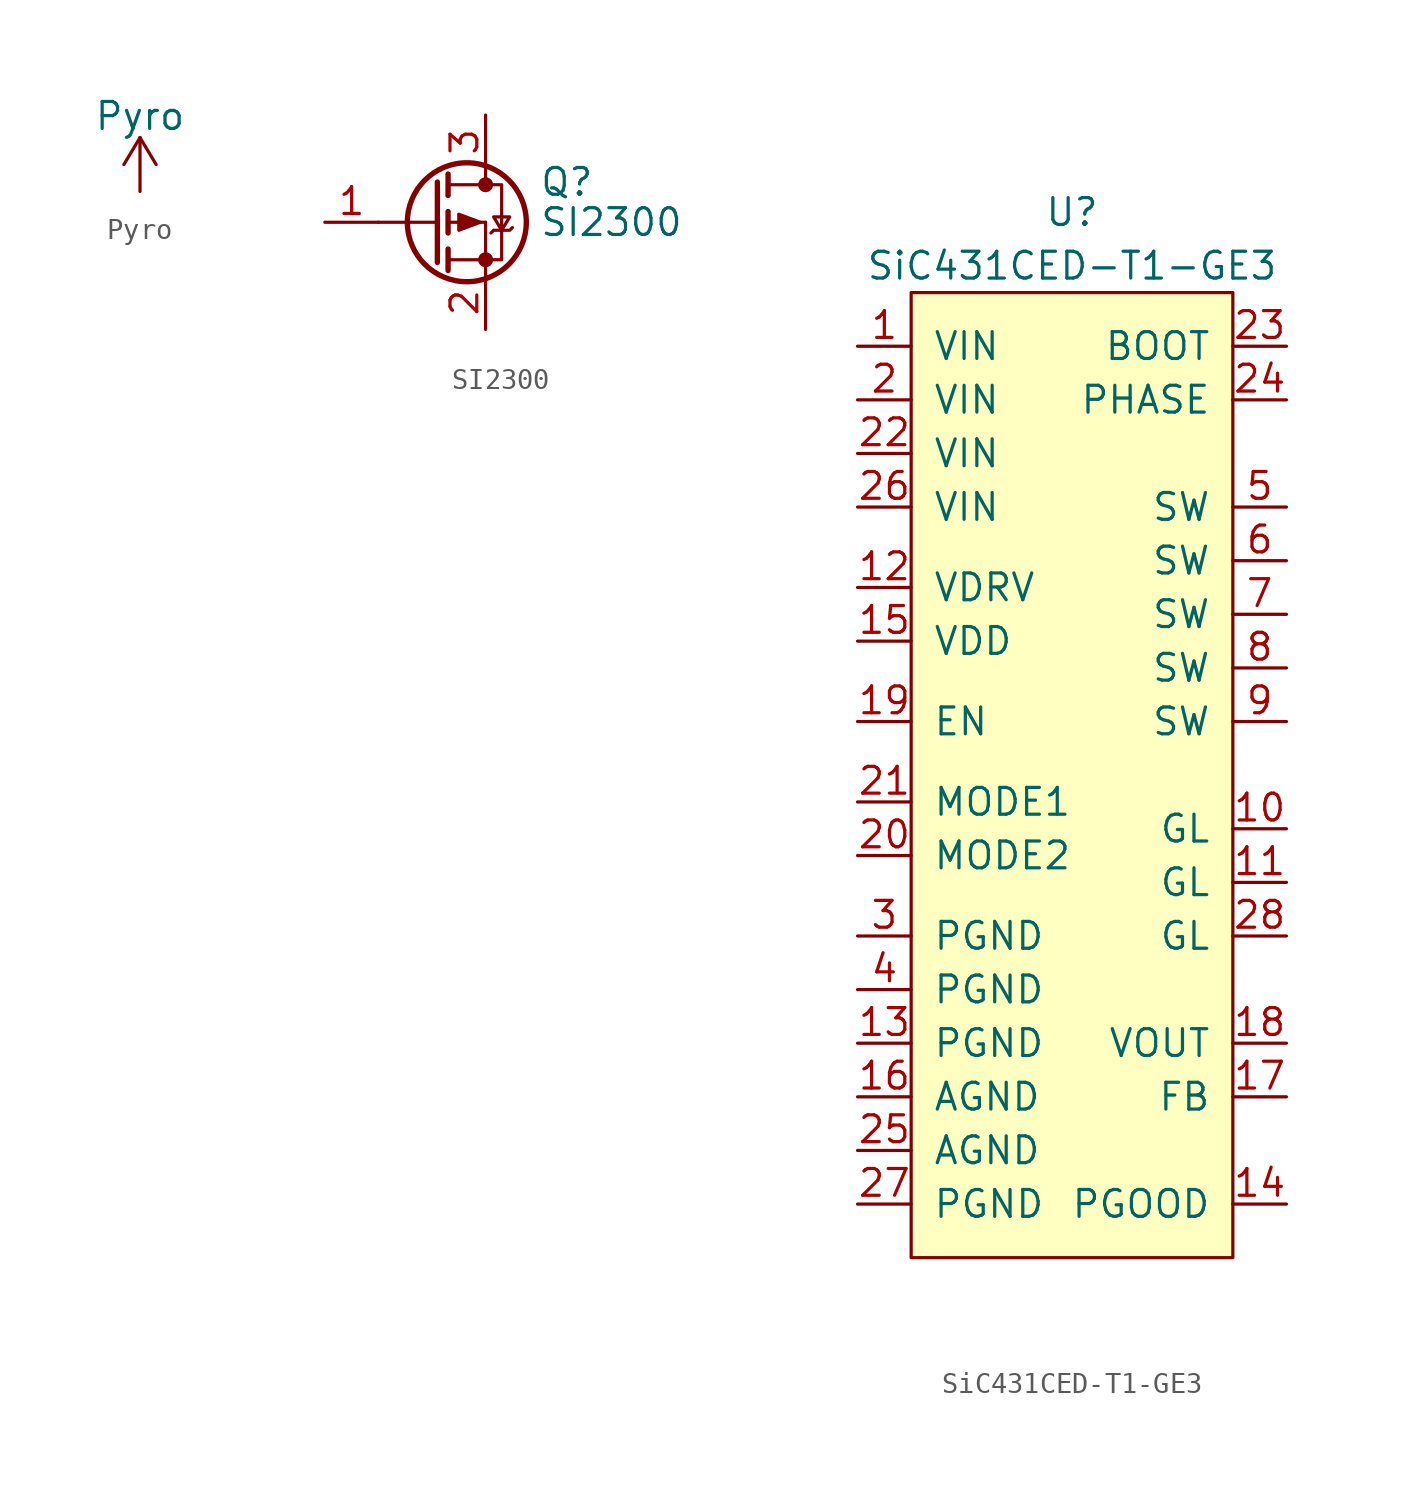
<source format=kicad_sym>
(kicad_symbol_lib
  (version 20220914)
  (generator kicad_symbol_editor)
  (symbol "Pyro"
    (power)
    (pin_names
      (offset 0))
    (property "Reference" "#PWR"
      (at 0 -3.81 0)
      (effects (font (size 1.27 1.27)) hide))
    (property "Value" "Pyro"
      (at 0 3.556 0)
      (effects (font (size 1.27 1.27))))
    (symbol "Pyro_0_1"
      (polyline (pts (xy -0.762 1.27) (xy 0 2.54)) (stroke (width 0) (type default)) (fill (type none)))
      (polyline (pts (xy 0 0) (xy 0 2.54)) (stroke (width 0) (type default)) (fill (type none)))
      (polyline (pts (xy 0 2.54) (xy 0.762 1.27)) (stroke (width 0) (type default)) (fill (type none))))
    (symbol "Pyro_1_1"
      (pin power_in line (at 0 0 90) (length 0) hide (name "PYRO" (effects (font (size 1.27 1.27)))) (number "1" (effects (font (size 1.27 1.27)))))))
  (symbol "SI2300"
    (pin_names
      (offset 0) hide)
    (property "Reference" "Q"
      (at 5.08 1.905 0)
      (effects (font (size 1.27 1.27)) (justify left)))
    (property "Value" "SI2300"
      (at 5.08 0 0)
      (effects (font (size 1.27 1.27)) (justify left)))
    (symbol "SI2300_0_1"
      (polyline (pts (xy -2.54 0) (xy 0.254 0)) (stroke (width 0) (type default)) (fill (type none)))
      (polyline (pts (xy 0.762 -1.778) (xy 2.54 -1.778)) (stroke (width 0) (type default)) (fill (type none)))
      (polyline (pts (xy 0.762 -1.27) (xy 0.762 -2.286)) (stroke (width 0.254) (type default)) (fill (type none)))
      (polyline (pts (xy 0.762 0) (xy 2.54 0)) (stroke (width 0) (type default)) (fill (type none)))
      (polyline (pts (xy 0.762 0.508) (xy 0.762 -0.508)) (stroke (width 0.254) (type default)) (fill (type none)))
      (polyline (pts (xy 0.762 1.778) (xy 2.54 1.778)) (stroke (width 0) (type default)) (fill (type none)))
      (polyline (pts (xy 0.762 2.286) (xy 0.762 1.27)) (stroke (width 0.254) (type default)) (fill (type none)))
      (polyline (pts (xy 2.54 -1.778) (xy 2.54 -2.54)) (stroke (width 0) (type default)) (fill (type none)))
      (polyline (pts (xy 2.54 -1.778) (xy 2.54 0)) (stroke (width 0) (type default)) (fill (type none)))
      (polyline (pts (xy 2.54 2.54) (xy 2.54 1.778)) (stroke (width 0) (type default)) (fill (type none)))
      (polyline (pts (xy 0.254 1.905) (xy 0.254 -1.905) (xy 0.254 -1.905)) (stroke (width 0.254) (type default)) (fill (type none)))
      (polyline (pts (xy 2.286 0) (xy 1.27 -0.381) (xy 1.27 0.381) (xy 2.286 0)) (stroke (width 0) (type default)) (fill (type outline)))
      (polyline (pts (xy 2.54 -1.778) (xy 3.302 -1.778) (xy 3.302 1.778) (xy 2.54 1.778)) (stroke (width 0) (type default)) (fill (type none)))
      (polyline (pts (xy 2.794 -0.508) (xy 2.921 -0.381) (xy 3.683 -0.381) (xy 3.81 -0.254)) (stroke (width 0) (type default)) (fill (type none)))
      (polyline (pts (xy 3.302 -0.381) (xy 2.921 0.254) (xy 3.683 0.254) (xy 3.302 -0.381)) (stroke (width 0) (type default)) (fill (type none)))
      (circle (center 1.651 0) (radius 2.819) (stroke (width 0.254) (type default)) (fill (type none)))
      (circle (center 2.54 -1.778) (radius 0.279) (stroke (width 0) (type default)) (fill (type outline)))
      (circle (center 2.54 1.778) (radius 0.279) (stroke (width 0) (type default)) (fill (type outline))))
    (symbol "SI2300_1_1"
      (pin input line (at -5.08 0 0) (length 2.54) (name "G" (effects (font (size 1.27 1.27)))) (number "1" (effects (font (size 1.27 1.27)))))
      (pin passive line (at 2.54 -5.08 90) (length 2.54) (name "S" (effects (font (size 1.27 1.27)))) (number "2" (effects (font (size 1.27 1.27)))))
      (pin passive line (at 2.54 5.08 270) (length 2.54) (name "D" (effects (font (size 1.27 1.27)))) (number "3" (effects (font (size 1.27 1.27)))))))
  (symbol "SiC431CED-T1-GE3"
    (pin_names
      (offset 1.016))
    (property "Reference" "U"
      (at 0 26.67 0)
      (effects (font (size 1.27 1.27))))
    (property "Value" "SiC431CED-T1-GE3"
      (at 0 24.13 0)
      (effects (font (size 1.27 1.27))))
    (symbol "SiC431CED-T1-GE3_0_1"
      (rectangle (start -7.62 22.86) (end 7.62 -22.86) (stroke (width 0) (type default)) (fill (type background))))
    (symbol "SiC431CED-T1-GE3_1_1"
      (pin power_in line (at -10.16 20.32 0) (length 2.54) (name "VIN" (effects (font (size 1.27 1.27)))) (number "1" (effects (font (size 1.27 1.27)))))
      (pin output line (at 10.16 -2.54 180) (length 2.54) (name "GL" (effects (font (size 1.27 1.27)))) (number "10" (effects (font (size 1.27 1.27)))))
      (pin output line (at 10.16 -5.08 180) (length 2.54) (name "GL" (effects (font (size 1.27 1.27)))) (number "11" (effects (font (size 1.27 1.27)))))
      (pin output line (at -10.16 8.89 0) (length 2.54) (name "VDRV" (effects (font (size 1.27 1.27)))) (number "12" (effects (font (size 1.27 1.27)))))
      (pin power_in line (at -10.16 -12.7 0) (length 2.54) (name "PGND" (effects (font (size 1.27 1.27)))) (number "13" (effects (font (size 1.27 1.27)))))
      (pin open_collector line (at 10.16 -20.32 180) (length 2.54) (name "PGOOD" (effects (font (size 1.27 1.27)))) (number "14" (effects (font (size 1.27 1.27)))))
      (pin output line (at -10.16 6.35 0) (length 2.54) (name "VDD" (effects (font (size 1.27 1.27)))) (number "15" (effects (font (size 1.27 1.27)))))
      (pin power_in line (at -10.16 -15.24 0) (length 2.54) (name "AGND" (effects (font (size 1.27 1.27)))) (number "16" (effects (font (size 1.27 1.27)))))
      (pin input line (at 10.16 -15.24 180) (length 2.54) (name "FB" (effects (font (size 1.27 1.27)))) (number "17" (effects (font (size 1.27 1.27)))))
      (pin input line (at 10.16 -12.7 180) (length 2.54) (name "VOUT" (effects (font (size 1.27 1.27)))) (number "18" (effects (font (size 1.27 1.27)))))
      (pin input line (at -10.16 2.54 0) (length 2.54) (name "EN" (effects (font (size 1.27 1.27)))) (number "19" (effects (font (size 1.27 1.27)))))
      (pin power_in line (at -10.16 17.78 0) (length 2.54) (name "VIN" (effects (font (size 1.27 1.27)))) (number "2" (effects (font (size 1.27 1.27)))))
      (pin input line (at -10.16 -3.81 0) (length 2.54) (name "MODE2" (effects (font (size 1.27 1.27)))) (number "20" (effects (font (size 1.27 1.27)))))
      (pin input line (at -10.16 -1.27 0) (length 2.54) (name "MODE1" (effects (font (size 1.27 1.27)))) (number "21" (effects (font (size 1.27 1.27)))))
      (pin power_in line (at -10.16 15.24 0) (length 2.54) (name "VIN" (effects (font (size 1.27 1.27)))) (number "22" (effects (font (size 1.27 1.27)))))
      (pin input line (at 10.16 20.32 180) (length 2.54) (name "BOOT" (effects (font (size 1.27 1.27)))) (number "23" (effects (font (size 1.27 1.27)))))
      (pin input line (at 10.16 17.78 180) (length 2.54) (name "PHASE" (effects (font (size 1.27 1.27)))) (number "24" (effects (font (size 1.27 1.27)))))
      (pin power_in line (at -10.16 -17.78 0) (length 2.54) (name "AGND" (effects (font (size 1.27 1.27)))) (number "25" (effects (font (size 1.27 1.27)))))
      (pin power_in line (at -10.16 12.7 0) (length 2.54) (name "VIN" (effects (font (size 1.27 1.27)))) (number "26" (effects (font (size 1.27 1.27)))))
      (pin power_in line (at -10.16 -20.32 0) (length 2.54) (name "PGND" (effects (font (size 1.27 1.27)))) (number "27" (effects (font (size 1.27 1.27)))))
      (pin output line (at 10.16 -7.62 180) (length 2.54) (name "GL" (effects (font (size 1.27 1.27)))) (number "28" (effects (font (size 1.27 1.27)))))
      (pin power_in line (at -10.16 -7.62 0) (length 2.54) (name "PGND" (effects (font (size 1.27 1.27)))) (number "3" (effects (font (size 1.27 1.27)))))
      (pin power_in line (at -10.16 -10.16 0) (length 2.54) (name "PGND" (effects (font (size 1.27 1.27)))) (number "4" (effects (font (size 1.27 1.27)))))
      (pin output line (at 10.16 12.7 180) (length 2.54) (name "SW" (effects (font (size 1.27 1.27)))) (number "5" (effects (font (size 1.27 1.27)))))
      (pin output line (at 10.16 10.16 180) (length 2.54) (name "SW" (effects (font (size 1.27 1.27)))) (number "6" (effects (font (size 1.27 1.27)))))
      (pin output line (at 10.16 7.62 180) (length 2.54) (name "SW" (effects (font (size 1.27 1.27)))) (number "7" (effects (font (size 1.27 1.27)))))
      (pin output line (at 10.16 5.08 180) (length 2.54) (name "SW" (effects (font (size 1.27 1.27)))) (number "8" (effects (font (size 1.27 1.27)))))
      (pin output line (at 10.16 2.54 180) (length 2.54) (name "SW" (effects (font (size 1.27 1.27)))) (number "9" (effects (font (size 1.27 1.27))))))))
</source>
